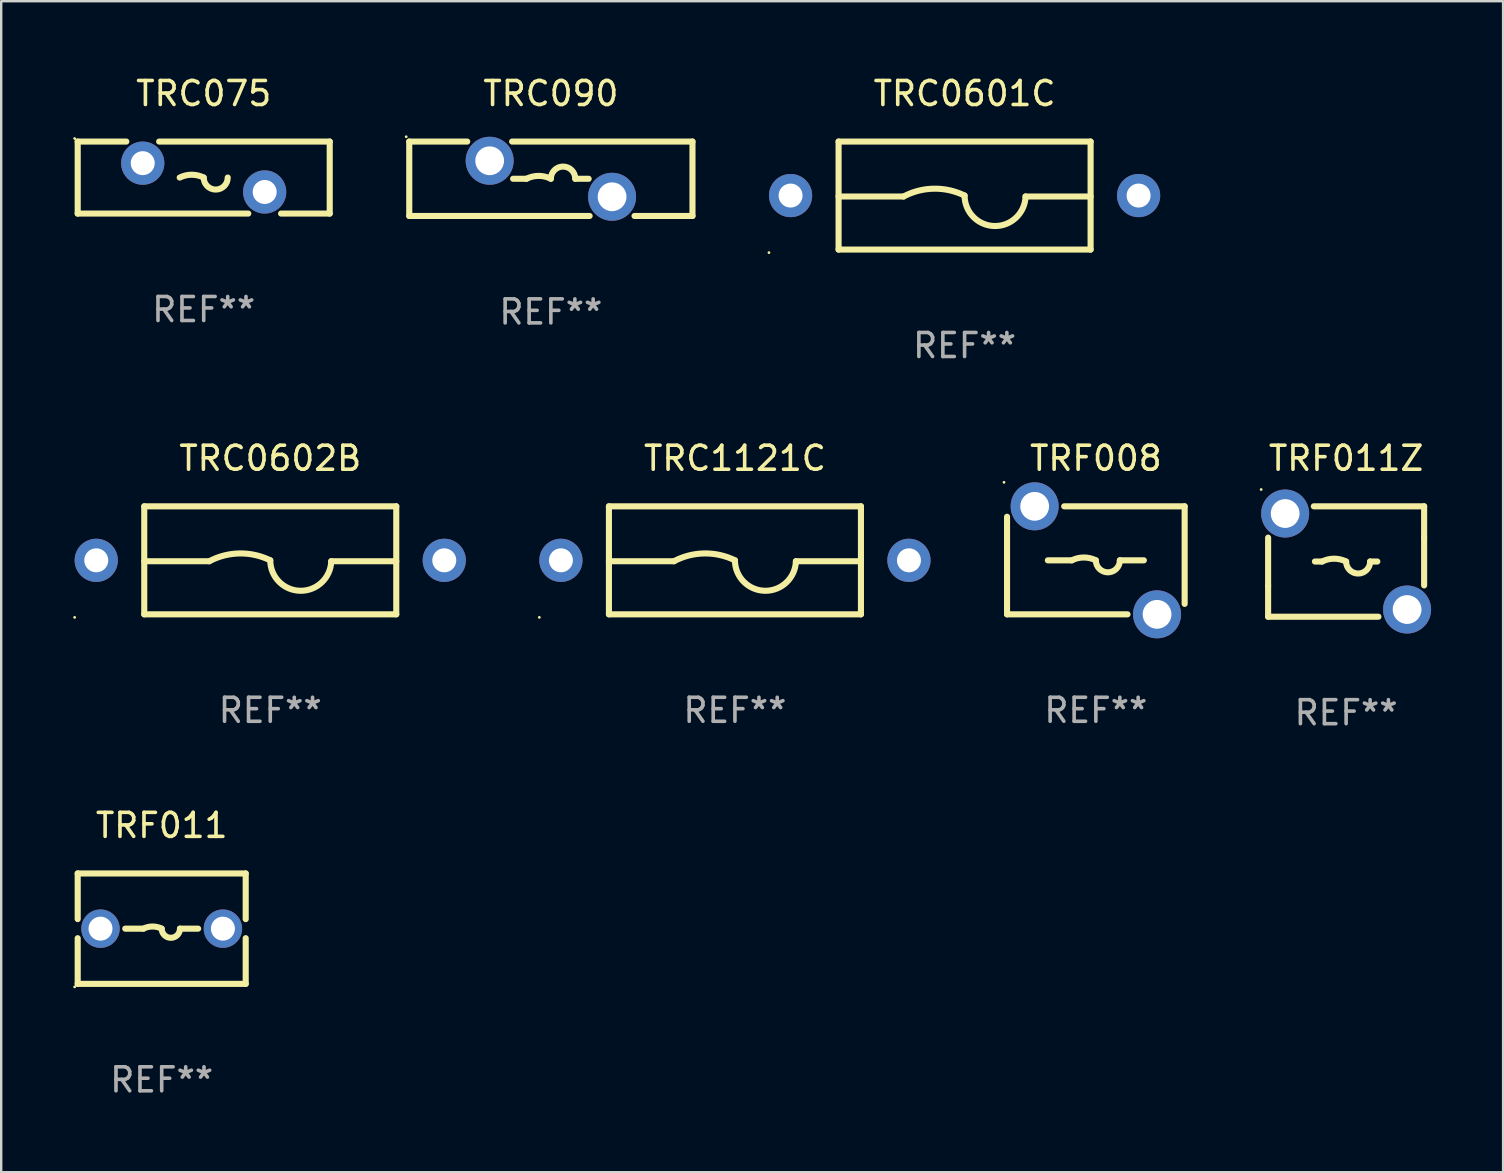
<source format=kicad_pcb>
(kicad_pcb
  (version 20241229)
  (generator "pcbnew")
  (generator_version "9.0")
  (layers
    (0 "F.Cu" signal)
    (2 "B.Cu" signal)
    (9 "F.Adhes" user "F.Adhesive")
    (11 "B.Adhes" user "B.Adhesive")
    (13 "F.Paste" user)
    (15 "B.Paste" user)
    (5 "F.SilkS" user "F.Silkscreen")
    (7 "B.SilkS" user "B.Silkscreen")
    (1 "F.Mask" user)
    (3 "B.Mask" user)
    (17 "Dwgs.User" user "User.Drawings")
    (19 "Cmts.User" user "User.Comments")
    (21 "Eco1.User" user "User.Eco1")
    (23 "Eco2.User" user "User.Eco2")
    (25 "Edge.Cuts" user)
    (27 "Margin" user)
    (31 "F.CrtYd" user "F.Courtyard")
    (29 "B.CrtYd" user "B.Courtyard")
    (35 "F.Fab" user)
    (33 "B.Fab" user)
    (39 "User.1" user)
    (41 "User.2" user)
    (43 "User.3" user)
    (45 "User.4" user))
  (footprint "TRC1121C"
    (layer "F.Cu")
    (at 27.57 20.295)
    (property "Reference" "TRC1121C" (at 0 -4.25 0) (layer "F.SilkS") (effects (font (size 1 1) (thickness 0.15))))
    (attr through_hole)
    (fp_line (start -5.25 -2.25) (end -5.25 2.25) (stroke (width 0.254) (type solid)) (layer "F.SilkS"))
    (fp_line (start -5.25 -2.25) (end 5.25 -2.25) (stroke (width 0.254) (type solid)) (layer "F.SilkS"))
    (fp_line (start -5.25 0.038) (end -2.54 0.038) (stroke (width 0.254) (type solid)) (layer "F.SilkS"))
    (fp_line (start -5.25 2.25) (end 5.25 2.25) (stroke (width 0.254) (type solid)) (layer "F.SilkS"))
    (fp_line (start 5.25 -2.25) (end 5.25 2.25) (stroke (width 0.254) (type solid)) (layer "F.SilkS"))
    (fp_line (start 5.25 0.038) (end 2.54 0.038) (stroke (width 0.254) (type solid)) (layer "F.SilkS"))
    (fp_arc (start -2.540005 0.037871) (mid -1.274562 -0.286877) (end 0 -0.000001) (stroke (width 0.254001) (type solid)) (layer "F.SilkS"))
    (fp_arc (start 2.540005 0.037871) (mid 1.251349 1.270013) (end 0 0) (stroke (width 0.254001) (type solid)) (layer "F.SilkS"))
    (fp_circle (center -8.15 2.377) (end -8.12 2.377) (stroke (width 0.06) (type solid)) (fill no) (layer "F.SilkS"))
    (fp_text user "REF**" (at 0 6.25 0) (layer "F.Fab") (effects (font (size 1 1) (thickness 0.15))))
    (pad "1" thru_hole circle (at -7.25 0) (size 1.8 1.8) (drill 1) (layers "*.Cu" "*.Mask"))
    (pad "2" thru_hole circle (at 7.25 0) (size 1.8 1.8) (drill 1) (layers "*.Cu" "*.Mask")))
  (footprint "TRF008"
    (layer "F.Cu")
    (at 42.607 20.295)
    (property "Reference" "TRF008" (at 0 -4.25 0) (layer "F.SilkS") (effects (font (size 1 1) (thickness 0.15))))
    (attr through_hole)
    (fp_line (start -3.7 2.25) (end -3.7 -1.815) (stroke (width 0.254) (type solid)) (layer "F.SilkS"))
    (fp_line (start -3.7 2.25) (end 1.319 2.25) (stroke (width 0.254) (type solid)) (layer "F.SilkS"))
    (fp_line (start -1 0) (end -2 0) (stroke (width 0.254) (type solid)) (layer "F.SilkS"))
    (fp_line (start 1 0) (end 2 0) (stroke (width 0.254) (type solid)) (layer "F.SilkS"))
    (fp_line (start 3.7 -2.25) (end -1.319 -2.25) (stroke (width 0.254) (type solid)) (layer "F.SilkS"))
    (fp_line (start 3.7 1.815) (end 3.7 -2.25) (stroke (width 0.254) (type solid)) (layer "F.SilkS"))
    (fp_arc (start -1.000762 0) (mid -0.500381 -0.118151) (end 0 0) (stroke (width 0.254001) (type solid)) (layer "F.SilkS"))
    (fp_arc (start 1.000762 0) (mid 0.500381 0.500127) (end 0 0) (stroke (width 0.254001) (type solid)) (layer "F.SilkS"))
    (fp_circle (center -3.827 -3.25) (end -3.797 -3.25) (stroke (width 0.06) (type solid)) (fill no) (layer "F.SilkS"))
    (fp_text user "REF**" (at 0 6.25 0) (layer "F.Fab") (effects (font (size 1 1) (thickness 0.15))))
    (pad "1" thru_hole circle (at -2.55 -2.25) (size 2 2) (drill 1.2) (layers "*.Cu" "*.Mask"))
    (pad "2" thru_hole circle (at 2.55 2.25) (size 2 2) (drill 1.2) (layers "*.Cu" "*.Mask")))
  (footprint "TRC0602B"
    (layer "F.Cu")
    (at 8.21 20.295)
    (property "Reference" "TRC0602B" (at 0 -4.25 0) (layer "F.SilkS") (effects (font (size 1 1) (thickness 0.15))))
    (attr through_hole)
    (fp_line (start -5.25 -2.25) (end -5.25 2.25) (stroke (width 0.254) (type solid)) (layer "F.SilkS"))
    (fp_line (start -5.25 -2.25) (end 5.25 -2.25) (stroke (width 0.254) (type solid)) (layer "F.SilkS"))
    (fp_line (start -5.25 0.038) (end -2.54 0.038) (stroke (width 0.254) (type solid)) (layer "F.SilkS"))
    (fp_line (start -5.25 2.25) (end 5.25 2.25) (stroke (width 0.254) (type solid)) (layer "F.SilkS"))
    (fp_line (start 5.25 -2.25) (end 5.25 2.25) (stroke (width 0.254) (type solid)) (layer "F.SilkS"))
    (fp_line (start 5.25 0.038) (end 2.54 0.038) (stroke (width 0.254) (type solid)) (layer "F.SilkS"))
    (fp_arc (start -2.540005 0.037871) (mid -1.274562 -0.286877) (end 0 -0.000001) (stroke (width 0.254001) (type solid)) (layer "F.SilkS"))
    (fp_arc (start 2.540005 0.037871) (mid 1.251349 1.270013) (end 0 0) (stroke (width 0.254001) (type solid)) (layer "F.SilkS"))
    (fp_circle (center -8.15 2.377) (end -8.12 2.377) (stroke (width 0.06) (type solid)) (fill no) (layer "F.SilkS"))
    (fp_text user "REF**" (at 0 6.25 0) (layer "F.Fab") (effects (font (size 1 1) (thickness 0.15))))
    (pad "1" thru_hole circle (at -7.25 0) (size 1.8 1.8) (drill 1) (layers "*.Cu" "*.Mask"))
    (pad "2" thru_hole circle (at 7.25 0) (size 1.8 1.8) (drill 1) (layers "*.Cu" "*.Mask")))
  (footprint "TRF011Z"
    (layer "F.Cu")
    (at 53.034 20.345)
    (property "Reference" "TRF011Z" (at 0 -4.3 0) (layer "F.SilkS") (effects (font (size 1 1) (thickness 0.15))))
    (attr through_hole)
    (fp_line (start -3.25 1.005) (end -3.25 -0.995) (stroke (width 0.254) (type solid)) (layer "F.SilkS"))
    (fp_line (start -3.25 1.005) (end -3.25 2.3) (stroke (width 0.254) (type solid)) (layer "F.SilkS"))
    (fp_line (start -3.25 2.3) (end 1.346 2.3) (stroke (width 0.254) (type solid)) (layer "F.SilkS"))
    (fp_line (start -1 0) (end -1.3 0) (stroke (width 0.254) (type solid)) (layer "F.SilkS"))
    (fp_line (start 1 0) (end 1.3 0) (stroke (width 0.254) (type solid)) (layer "F.SilkS"))
    (fp_line (start 3.25 -2.3) (end -1.346 -2.3) (stroke (width 0.254) (type solid)) (layer "F.SilkS"))
    (fp_line (start 3.25 -2.3) (end 3.25 -1.005) (stroke (width 0.254) (type solid)) (layer "F.SilkS"))
    (fp_line (start 3.25 -1.005) (end 3.25 0.995) (stroke (width 0.254) (type solid)) (layer "F.SilkS"))
    (fp_arc (start -1.000762 0) (mid -0.500381 -0.118151) (end 0 0) (stroke (width 0.254001) (type solid)) (layer "F.SilkS"))
    (fp_arc (start 1.000762 0) (mid 0.500381 0.500127) (end 0 0) (stroke (width 0.254001) (type solid)) (layer "F.SilkS"))
    (fp_circle (center -3.54 -3) (end -3.51 -3) (stroke (width 0.06) (type solid)) (fill no) (layer "F.SilkS"))
    (fp_text user "REF**" (at 0 6.3 0) (layer "F.Fab") (effects (font (size 1 1) (thickness 0.15))))
    (pad "1" thru_hole circle (at -2.54 -2) (size 2 2) (drill 1.2) (layers "*.Cu" "*.Mask"))
    (pad "2" thru_hole circle (at 2.54 2) (size 2 2) (drill 1.2) (layers "*.Cu" "*.Mask")))
  (footprint "TRC075"
    (layer "F.Cu")
    (at 5.437 4.348)
    (property "Reference" "TRC075" (at 0 -3.5 0) (layer "F.SilkS") (effects (font (size 1 1) (thickness 0.15))))
    (attr through_hole)
    (fp_line (start -5.25 -1.5) (end -3.224 -1.5) (stroke (width 0.254) (type solid)) (layer "F.SilkS"))
    (fp_line (start -5.25 1.5) (end -5.25 -1.5) (stroke (width 0.254) (type solid)) (layer "F.SilkS"))
    (fp_line (start -1.856 -1.5) (end 5.25 -1.5) (stroke (width 0.254) (type solid)) (layer "F.SilkS"))
    (fp_line (start 1.857 1.5) (end -5.25 1.5) (stroke (width 0.254) (type solid)) (layer "F.SilkS"))
    (fp_line (start 5.25 -1.5) (end 5.25 1.5) (stroke (width 0.254) (type solid)) (layer "F.SilkS"))
    (fp_line (start 5.25 1.5) (end 3.223 1.5) (stroke (width 0.254) (type solid)) (layer "F.SilkS"))
    (fp_arc (start -1 -0.000127) (mid -0.5 -0.118148) (end 0 -0.000127) (stroke (width 0.254001) (type solid)) (layer "F.SilkS"))
    (fp_arc (start 1.000762 -0.000127) (mid 0.500381 0.5) (end 0 -0.000127) (stroke (width 0.254001) (type solid)) (layer "F.SilkS"))
    (fp_circle (center -5.377 -1.627) (end -5.347 -1.627) (stroke (width 0.06) (type solid)) (fill no) (layer "F.SilkS"))
    (fp_text user "REF**" (at 0 5.5 0) (layer "F.Fab") (effects (font (size 1 1) (thickness 0.15))))
    (pad "1" thru_hole circle (at -2.54 -0.6) (size 1.8 1.8) (drill 1) (layers "*.Cu" "*.Mask"))
    (pad "2" thru_hole circle (at 2.54 0.6) (size 1.8 1.8) (drill 1) (layers "*.Cu" "*.Mask")))
  (footprint "TRF011"
    (layer "F.Cu")
    (at 3.687 35.641)
    (property "Reference" "TRF011" (at 0 -4.3 0) (layer "F.SilkS") (effects (font (size 1 1) (thickness 0.15))))
    (attr through_hole)
    (fp_line (start -3.5 -2.3) (end -3.5 -0.398) (stroke (width 0.254) (type solid)) (layer "F.SilkS"))
    (fp_line (start -3.5 -2.3) (end 3.5 -2.3) (stroke (width 0.254) (type solid)) (layer "F.SilkS"))
    (fp_line (start -3.5 0.398) (end -3.5 2.3) (stroke (width 0.254) (type solid)) (layer "F.SilkS"))
    (fp_line (start -1.519 0) (end -0.762 0) (stroke (width 0.254) (type solid)) (layer "F.SilkS"))
    (fp_line (start 1.519 0) (end 0.762 0) (stroke (width 0.254) (type solid)) (layer "F.SilkS"))
    (fp_line (start 3.5 -2.3) (end 3.5 -0.397) (stroke (width 0.254) (type solid)) (layer "F.SilkS"))
    (fp_line (start 3.5 0.397) (end 3.5 2.3) (stroke (width 0.254) (type solid)) (layer "F.SilkS"))
    (fp_line (start 3.5 2.3) (end -3.5 2.3) (stroke (width 0.254) (type solid)) (layer "F.SilkS"))
    (fp_arc (start -0.762129 0) (mid -0.381128 -0.089942) (end -0.000127 0) (stroke (width 0.254001) (type solid)) (layer "F.SilkS"))
    (fp_arc (start 0.761875 0) (mid 0.380874 0.381001) (end -0.000127 0) (stroke (width 0.254001) (type solid)) (layer "F.SilkS"))
    (fp_circle (center -3.627 2.427) (end -3.597 2.427) (stroke (width 0.06) (type solid)) (fill no) (layer "F.SilkS"))
    (fp_text user "REF**" (at 0 6.3 0) (layer "F.Fab") (effects (font (size 1 1) (thickness 0.15))))
    (pad "1" thru_hole circle (at -2.55 0) (size 1.6 1.6) (drill 1) (layers "*.Cu" "*.Mask"))
    (pad "2" thru_hole circle (at 2.55 0) (size 1.6 1.6) (drill 1) (layers "*.Cu" "*.Mask")))
  (footprint "TRC090"
    (layer "F.Cu")
    (at 19.901 4.398)
    (property "Reference" "TRC090" (at 0 -3.55 0) (layer "F.SilkS") (effects (font (size 1 1) (thickness 0.15))))
    (attr through_hole)
    (fp_line (start -5.9 -1.55) (end -3.485 -1.55) (stroke (width 0.254) (type solid)) (layer "F.SilkS"))
    (fp_line (start -5.9 1.55) (end -5.9 -1.55) (stroke (width 0.254) (type solid)) (layer "F.SilkS"))
    (fp_line (start -5.9 1.55) (end 1.615 1.55) (stroke (width 0.254) (type solid)) (layer "F.SilkS"))
    (fp_line (start -1.615 -1.55) (end 5.9 -1.55) (stroke (width 0.254) (type solid)) (layer "F.SilkS"))
    (fp_line (start -1.574 0) (end -1.016 0) (stroke (width 0.254) (type solid)) (layer "F.SilkS"))
    (fp_line (start 1.574 0) (end 1.016 0) (stroke (width 0.254) (type solid)) (layer "F.SilkS"))
    (fp_line (start 3.485 1.55) (end 5.9 1.55) (stroke (width 0.254) (type solid)) (layer "F.SilkS"))
    (fp_line (start 5.9 -1.55) (end 5.9 1.55) (stroke (width 0.254) (type solid)) (layer "F.SilkS"))
    (fp_arc (start -1.016002 0) (mid -0.508001 -0.119923) (end 0 0) (stroke (width 0.254001) (type solid)) (layer "F.SilkS"))
    (fp_arc (start 0 0) (mid 0.508001 -0.508001) (end 1.016002 0) (stroke (width 0.254001) (type solid)) (layer "F.SilkS"))
    (fp_circle (center -6.027 -1.75) (end -5.997 -1.75) (stroke (width 0.06) (type solid)) (fill no) (layer "F.SilkS"))
    (fp_text user "REF**" (at 0 5.55 0) (layer "F.Fab") (effects (font (size 1 1) (thickness 0.15))))
    (pad "1" thru_hole circle (at -2.55 -0.75) (size 2 2) (drill 1.2) (layers "*.Cu" "*.Mask"))
    (pad "2" thru_hole circle (at 2.55 0.75) (size 2 2) (drill 1.2) (layers "*.Cu" "*.Mask")))
  (footprint "TRC0601C"
    (layer "F.Cu")
    (at 37.138 5.098)
    (property "Reference" "TRC0601C" (at 0 -4.25 0) (layer "F.SilkS") (effects (font (size 1 1) (thickness 0.15))))
    (attr through_hole)
    (fp_line (start -5.25 -2.25) (end -5.25 2.25) (stroke (width 0.254) (type solid)) (layer "F.SilkS"))
    (fp_line (start -5.25 -2.25) (end 5.25 -2.25) (stroke (width 0.254) (type solid)) (layer "F.SilkS"))
    (fp_line (start -5.25 0.038) (end -2.54 0.038) (stroke (width 0.254) (type solid)) (layer "F.SilkS"))
    (fp_line (start -5.25 2.25) (end 5.25 2.25) (stroke (width 0.254) (type solid)) (layer "F.SilkS"))
    (fp_line (start 5.25 -2.25) (end 5.25 2.25) (stroke (width 0.254) (type solid)) (layer "F.SilkS"))
    (fp_line (start 5.25 0.038) (end 2.54 0.038) (stroke (width 0.254) (type solid)) (layer "F.SilkS"))
    (fp_arc (start -2.540005 0.037871) (mid -1.274562 -0.286877) (end 0 -0.000001) (stroke (width 0.254001) (type solid)) (layer "F.SilkS"))
    (fp_arc (start 2.540005 0.037871) (mid 1.251349 1.270013) (end 0 0) (stroke (width 0.254001) (type solid)) (layer "F.SilkS"))
    (fp_circle (center -8.15 2.377) (end -8.12 2.377) (stroke (width 0.06) (type solid)) (fill no) (layer "F.SilkS"))
    (fp_text user "REF**" (at 0 6.25 0) (layer "F.Fab") (effects (font (size 1 1) (thickness 0.15))))
    (pad "1" thru_hole circle (at -7.25 0) (size 1.8 1.8) (drill 1) (layers "*.Cu" "*.Mask"))
    (pad "2" thru_hole circle (at 7.25 0) (size 1.8 1.8) (drill 1) (layers "*.Cu" "*.Mask")))
  (gr_rect
    (start -3 -3)
    (end 59.574 45.789)
    (stroke (width 0.1) (type default))
    (fill no)
    (layer "Edge.Cuts")))
</source>
